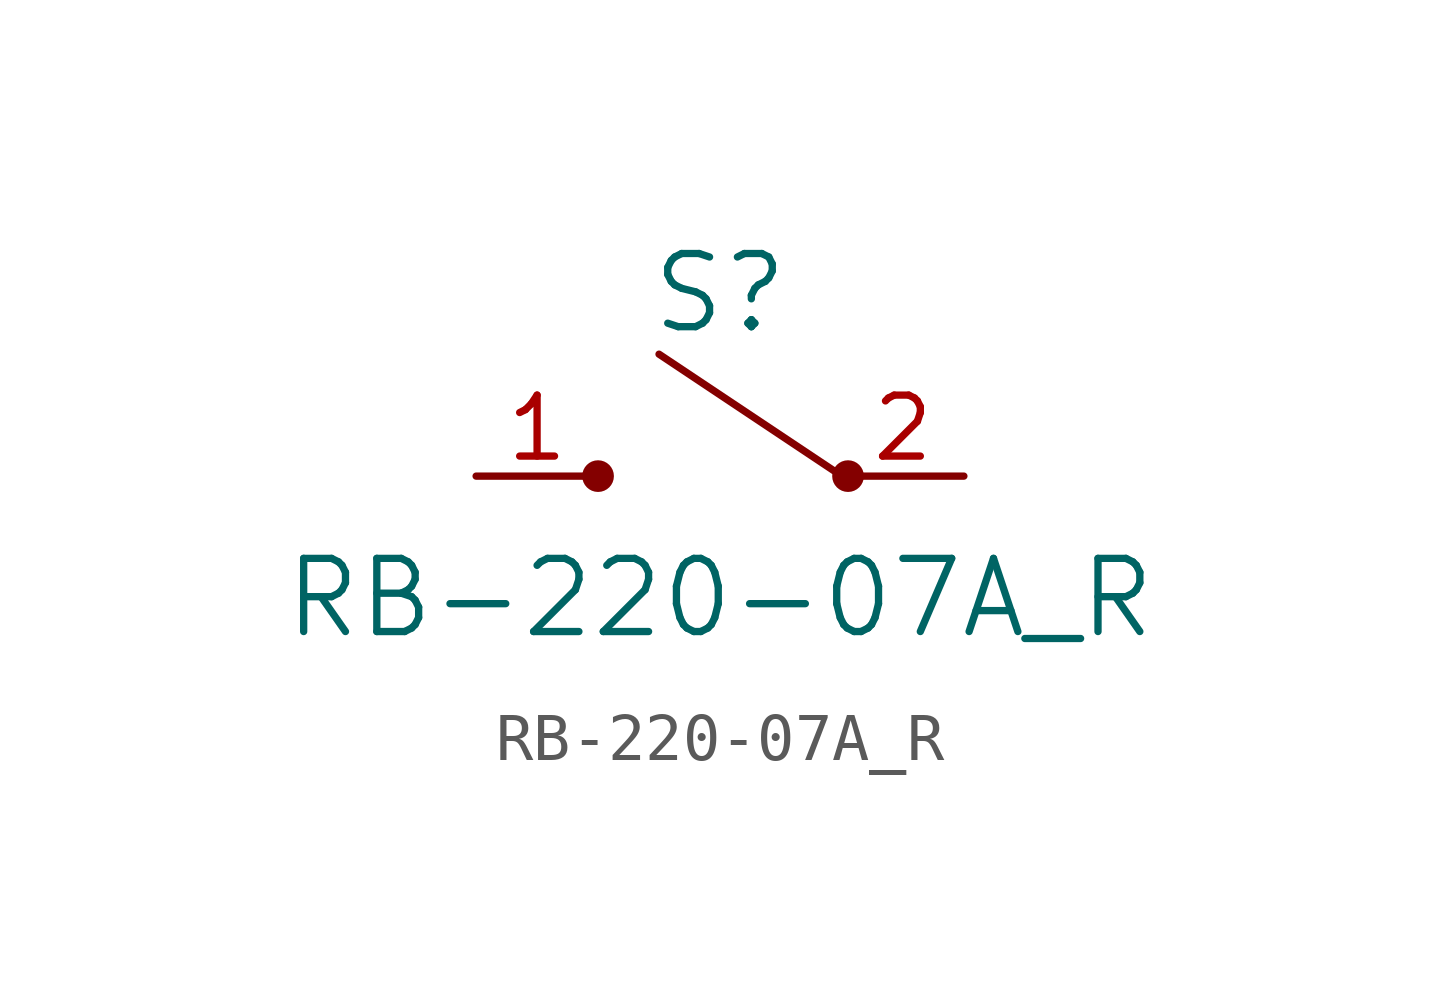
<source format=kicad_sym>
(kicad_symbol_lib
  (version 20211014)
  (generator kicad_symbol_editor)
  (symbol "RB-220-07A_R"
    (pin_names
      (offset 1.016))
    (property "Reference" "S"
      (at 0 3.81 0)
      (effects (font (size 1.524 1.524))))
    (property "Value" "RB-220-07A_R"
      (at 0 -2.54 0)
      (effects (font (size 1.524 1.524))))
    (symbol "RB-220-07A_R_0_1"
      (circle (center -2.54 0) (radius 0.254) (stroke (width 0) (type default) (color 0 0 0 0)) (fill (type outline)))
      (polyline (pts (xy -2.54 0) (xy -2.54 0)) (stroke (width 0) (type default) (color 0 0 0 0)) (fill (type none)))
      (polyline (pts (xy -1.27 2.54) (xy 2.54 0)) (stroke (width 0) (type default) (color 0 0 0 0)) (fill (type none)))
      (circle (center 2.667 0) (radius 0.254) (stroke (width 0) (type default) (color 0 0 0 0)) (fill (type outline))))
    (symbol "RB-220-07A_R_1_1"
      (pin passive line (at -5.08 0 0) (length 2.54) (name "~" (effects (font (size 1.27 1.27)))) (number "1" (effects (font (size 1.27 1.27)))))
      (pin passive line (at 5.08 0 180) (length 2.54) (name "~" (effects (font (size 1.27 1.27)))) (number "2" (effects (font (size 1.27 1.27))))))))
</source>
